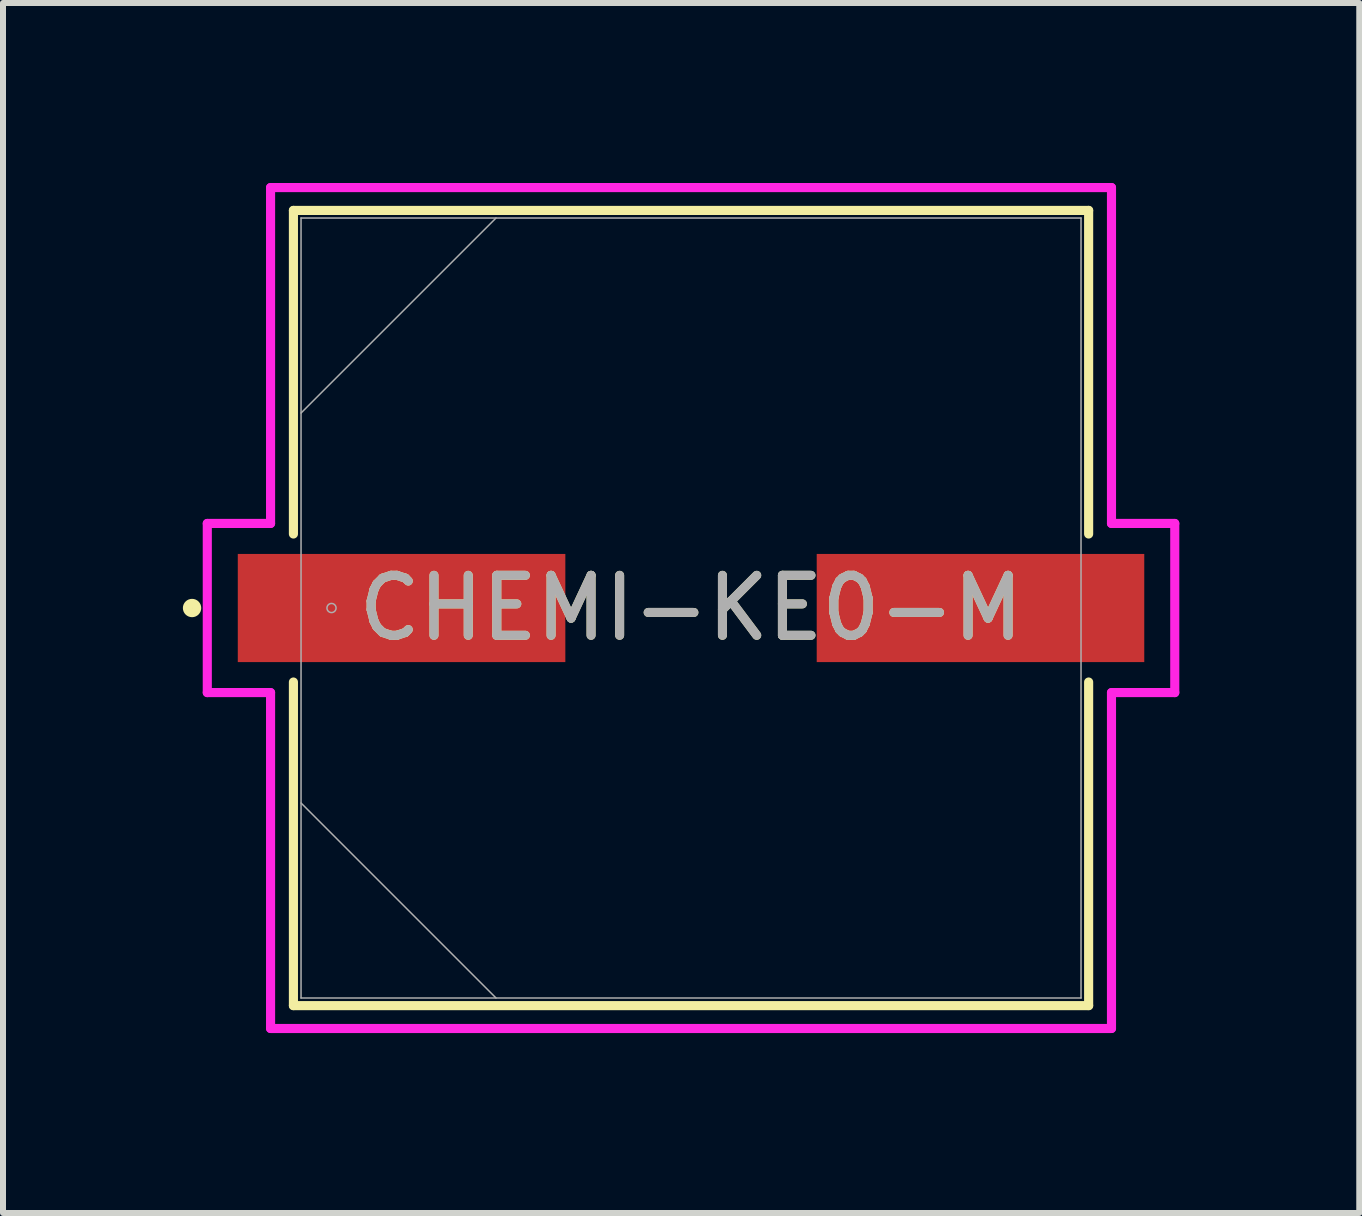
<source format=kicad_pcb>
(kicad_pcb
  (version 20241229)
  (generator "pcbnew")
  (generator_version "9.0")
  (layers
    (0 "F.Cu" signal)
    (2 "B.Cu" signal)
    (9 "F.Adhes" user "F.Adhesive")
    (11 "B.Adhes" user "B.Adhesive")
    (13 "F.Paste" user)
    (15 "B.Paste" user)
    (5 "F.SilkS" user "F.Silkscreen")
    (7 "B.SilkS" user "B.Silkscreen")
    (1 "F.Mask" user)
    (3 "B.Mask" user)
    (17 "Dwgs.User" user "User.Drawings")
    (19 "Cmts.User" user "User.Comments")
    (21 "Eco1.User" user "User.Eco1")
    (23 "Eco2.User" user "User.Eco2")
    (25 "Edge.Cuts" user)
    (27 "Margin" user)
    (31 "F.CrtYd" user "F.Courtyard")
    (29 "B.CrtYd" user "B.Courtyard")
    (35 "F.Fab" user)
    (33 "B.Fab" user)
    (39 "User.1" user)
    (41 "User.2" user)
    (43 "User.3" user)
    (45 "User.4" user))
  (footprint "CHEMI-KE0-M"
    (layer "F.Cu")
    (at 8.471 7.087)
    (property "Reference" "CHEMI-KE0-M" (at 0 0 0) (unlocked yes) (layer "F.SilkS") (effects (font (size 1 1) (thickness 0.15))))
    (attr smd)
    (fp_line (start -6.629 -6.629) (end -6.629 -1.234) (stroke (width 0.152) (type solid)) (layer "F.SilkS"))
    (fp_line (start -6.629 1.234) (end -6.629 6.629) (stroke (width 0.152) (type solid)) (layer "F.SilkS"))
    (fp_line (start -6.629 6.629) (end 6.629 6.629) (stroke (width 0.152) (type solid)) (layer "F.SilkS"))
    (fp_line (start 6.629 -6.629) (end -6.629 -6.629) (stroke (width 0.152) (type solid)) (layer "F.SilkS"))
    (fp_line (start 6.629 -1.234) (end 6.629 -6.629) (stroke (width 0.152) (type solid)) (layer "F.SilkS"))
    (fp_line (start 6.629 6.629) (end 6.629 1.234) (stroke (width 0.152) (type solid)) (layer "F.SilkS"))
    (fp_circle (center -8.319 0) (end -8.242 0) (stroke (width 0.152) (type solid)) (fill no) (layer "F.SilkS"))
    (fp_line (start -8.065 -1.41) (end -7.01 -1.41) (stroke (width 0.152) (type solid)) (layer "F.CrtYd"))
    (fp_line (start -8.065 1.41) (end -8.065 -1.41) (stroke (width 0.152) (type solid)) (layer "F.CrtYd"))
    (fp_line (start -7.01 -7.01) (end 7.01 -7.01) (stroke (width 0.152) (type solid)) (layer "F.CrtYd"))
    (fp_line (start -7.01 -1.41) (end -7.01 -7.01) (stroke (width 0.152) (type solid)) (layer "F.CrtYd"))
    (fp_line (start -7.01 1.41) (end -8.065 1.41) (stroke (width 0.152) (type solid)) (layer "F.CrtYd"))
    (fp_line (start -7.01 7.01) (end -7.01 1.41) (stroke (width 0.152) (type solid)) (layer "F.CrtYd"))
    (fp_line (start 7.01 -7.01) (end 7.01 -1.41) (stroke (width 0.152) (type solid)) (layer "F.CrtYd"))
    (fp_line (start 7.01 -1.41) (end 8.065 -1.41) (stroke (width 0.152) (type solid)) (layer "F.CrtYd"))
    (fp_line (start 7.01 1.41) (end 7.01 7.01) (stroke (width 0.152) (type solid)) (layer "F.CrtYd"))
    (fp_line (start 7.01 7.01) (end -7.01 7.01) (stroke (width 0.152) (type solid)) (layer "F.CrtYd"))
    (fp_line (start 8.065 -1.41) (end 8.065 1.41) (stroke (width 0.152) (type solid)) (layer "F.CrtYd"))
    (fp_line (start 8.065 1.41) (end 7.01 1.41) (stroke (width 0.152) (type solid)) (layer "F.CrtYd"))
    (fp_line (start -6.502 -6.502) (end -6.502 6.502) (stroke (width 0.025) (type solid)) (layer "F.Fab"))
    (fp_line (start -6.502 -3.251) (end -3.251 -6.502) (stroke (width 0.025) (type solid)) (layer "F.Fab"))
    (fp_line (start -6.502 3.251) (end -3.251 6.502) (stroke (width 0.025) (type solid)) (layer "F.Fab"))
    (fp_line (start -6.502 6.502) (end 6.502 6.502) (stroke (width 0.025) (type solid)) (layer "F.Fab"))
    (fp_line (start 6.502 -6.502) (end -6.502 -6.502) (stroke (width 0.025) (type solid)) (layer "F.Fab"))
    (fp_line (start 6.502 6.502) (end 6.502 -6.502) (stroke (width 0.025) (type solid)) (layer "F.Fab"))
    (fp_circle (center -5.994 0) (end -5.918 0) (stroke (width 0.025) (type solid)) (fill no) (layer "F.Fab"))
    (fp_text user "${REFERENCE}" (at 0 0 0) (unlocked yes) (layer "F.Fab") (effects (font (size 1 1) (thickness 0.15))))
    (pad "1" smd rect (at -4.826 0) (size 5.461 1.803) (layers "F.Cu" "F.Mask" "F.Paste"))
    (pad "2" smd rect (at 4.826 0) (size 5.461 1.803) (layers "F.Cu" "F.Mask" "F.Paste"))
    (zone (net_name "") (layer "F.Cu") (hatch full 0.508) (connect_pads) (min_thickness 0.254) (filled_areas_thickness no) (keepout (tracks not_allowed) (vias not_allowed) (pads allowed) (copperpour not_allowed) (footprints allowed)) (placement (enabled no)) (fill) (polygon (pts (xy 2.019 0.635) (xy 14.922 0.635) (xy 14.922 6.134) (xy 2.019 6.134))))
    (zone (net_name "") (layer "F.Cu") (hatch full 0.508) (connect_pads) (min_thickness 0.254) (filled_areas_thickness no) (keepout (tracks not_allowed) (vias not_allowed) (pads allowed) (copperpour not_allowed) (footprints allowed)) (placement (enabled no)) (fill) (polygon (pts (xy 2.019 8.039) (xy 14.922 8.039) (xy 14.922 13.538) (xy 2.019 13.538))))
    (zone (net_name "") (layer "F.Cu") (hatch full 0.508) (connect_pads) (min_thickness 0.254) (filled_areas_thickness no) (keepout (tracks not_allowed) (vias not_allowed) (pads allowed) (copperpour not_allowed) (footprints allowed)) (placement (enabled no)) (fill) (polygon (pts (xy 6.426 6.134) (xy 10.516 6.134) (xy 10.516 8.039) (xy 6.426 8.039)))))
  (gr_rect
    (start -3 -3)
    (end 19.612 17.173)
    (stroke (width 0.1) (type default))
    (fill no)
    (layer "Edge.Cuts")))
</source>
